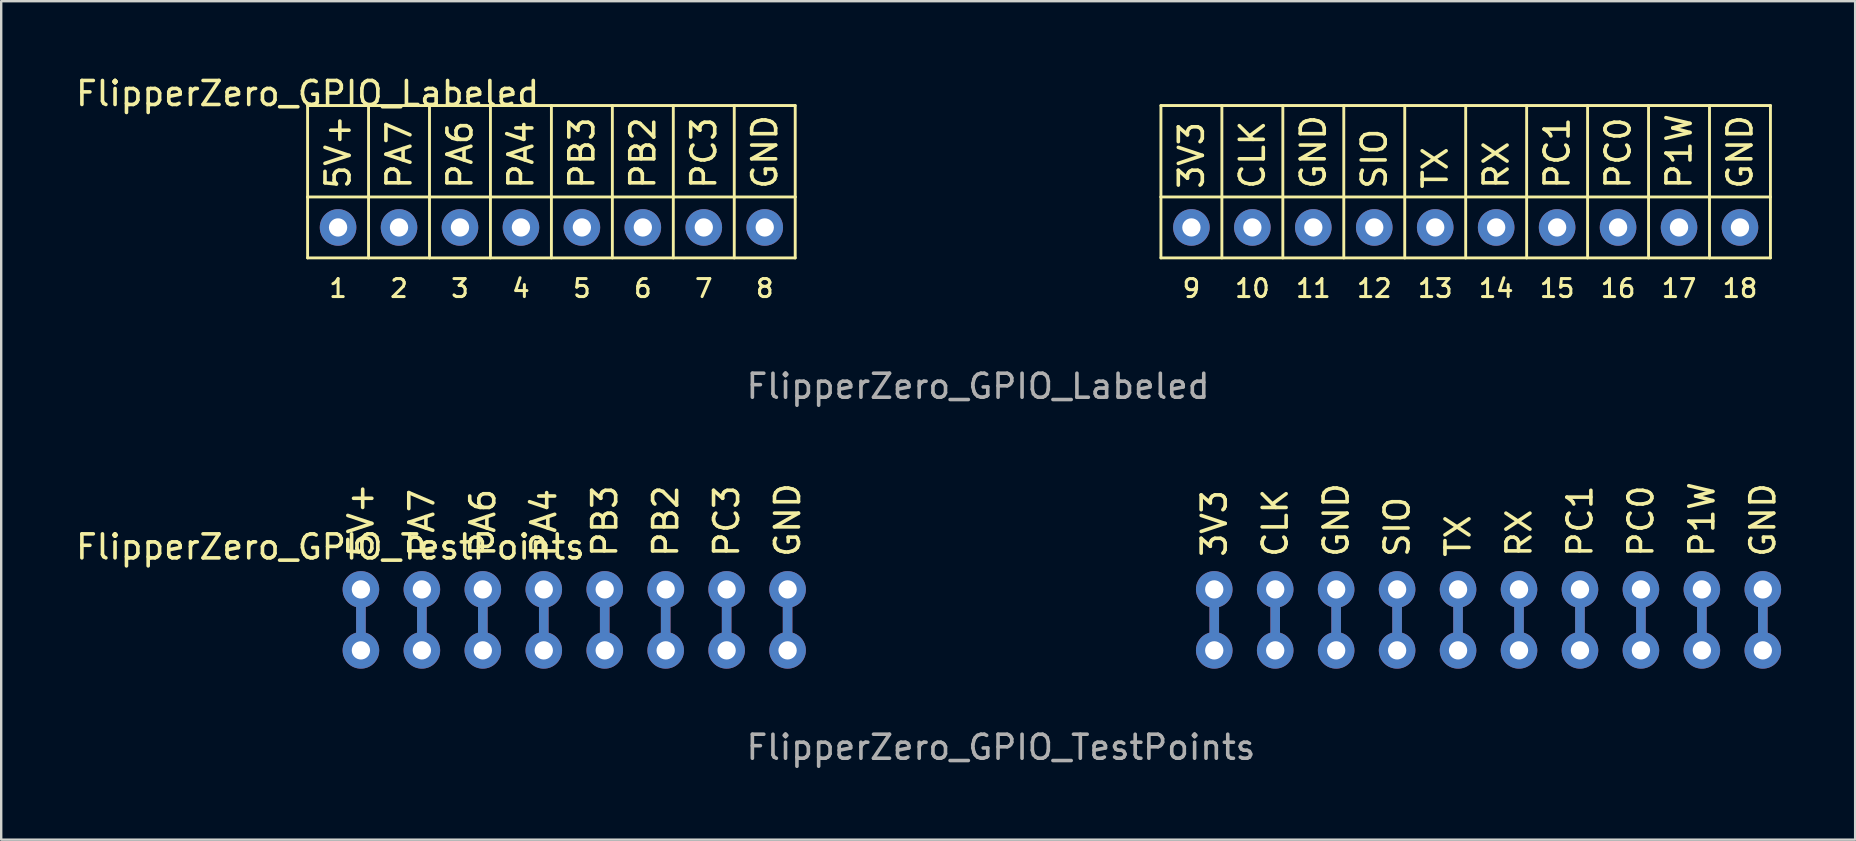
<source format=kicad_pcb>
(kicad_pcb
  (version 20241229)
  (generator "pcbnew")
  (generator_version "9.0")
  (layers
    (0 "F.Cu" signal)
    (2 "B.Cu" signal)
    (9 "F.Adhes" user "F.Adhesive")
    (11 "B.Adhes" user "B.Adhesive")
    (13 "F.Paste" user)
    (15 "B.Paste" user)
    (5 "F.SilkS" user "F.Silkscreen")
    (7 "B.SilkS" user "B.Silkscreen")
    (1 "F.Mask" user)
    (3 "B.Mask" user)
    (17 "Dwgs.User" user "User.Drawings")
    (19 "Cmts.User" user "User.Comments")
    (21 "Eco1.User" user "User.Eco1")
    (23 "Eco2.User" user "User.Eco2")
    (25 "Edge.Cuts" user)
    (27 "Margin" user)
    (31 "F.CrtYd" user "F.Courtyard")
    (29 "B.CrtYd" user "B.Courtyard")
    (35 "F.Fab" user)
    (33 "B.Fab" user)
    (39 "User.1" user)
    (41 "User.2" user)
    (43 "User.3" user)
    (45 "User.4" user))
  (footprint "FlipperZero_GPIO_Labeled"
    (layer "F.Cu")
    (at 9.768 1.348)
    (property "Reference" "FlipperZero_GPIO_Labeled" (at 0 -0.5 0) (unlocked yes) (layer "F.SilkS") (effects (font (size 1 1) (thickness 0.15))))
    (attr through_hole)
    (fp_line (start 0 0) (end 20.32 0) (stroke (width 0.12) (type solid)) (layer "F.SilkS"))
    (fp_line (start 0 3.81) (end 0 0) (stroke (width 0.12) (type solid)) (layer "F.SilkS"))
    (fp_line (start 0 3.81) (end 20.32 3.81) (stroke (width 0.12) (type solid)) (layer "F.SilkS"))
    (fp_line (start 0 6.35) (end 0 3.81) (stroke (width 0.12) (type solid)) (layer "F.SilkS"))
    (fp_line (start 2.54 3.81) (end 2.54 0) (stroke (width 0.12) (type solid)) (layer "F.SilkS"))
    (fp_line (start 2.54 3.81) (end 2.54 6.35) (stroke (width 0.12) (type solid)) (layer "F.SilkS"))
    (fp_line (start 5.08 0) (end 5.08 3.81) (stroke (width 0.12) (type solid)) (layer "F.SilkS"))
    (fp_line (start 5.08 3.81) (end 5.08 6.35) (stroke (width 0.12) (type solid)) (layer "F.SilkS"))
    (fp_line (start 7.62 0) (end 7.62 3.81) (stroke (width 0.12) (type solid)) (layer "F.SilkS"))
    (fp_line (start 7.62 3.81) (end 7.62 6.35) (stroke (width 0.12) (type solid)) (layer "F.SilkS"))
    (fp_line (start 10.16 0) (end 10.16 3.81) (stroke (width 0.12) (type solid)) (layer "F.SilkS"))
    (fp_line (start 10.16 3.81) (end 10.16 6.35) (stroke (width 0.12) (type solid)) (layer "F.SilkS"))
    (fp_line (start 12.7 0) (end 12.7 3.81) (stroke (width 0.12) (type solid)) (layer "F.SilkS"))
    (fp_line (start 12.7 3.81) (end 12.7 6.35) (stroke (width 0.12) (type solid)) (layer "F.SilkS"))
    (fp_line (start 15.24 0) (end 15.24 3.81) (stroke (width 0.12) (type solid)) (layer "F.SilkS"))
    (fp_line (start 15.24 3.81) (end 15.24 6.35) (stroke (width 0.12) (type solid)) (layer "F.SilkS"))
    (fp_line (start 17.78 0) (end 17.78 3.81) (stroke (width 0.12) (type solid)) (layer "F.SilkS"))
    (fp_line (start 17.78 3.81) (end 17.78 6.35) (stroke (width 0.12) (type solid)) (layer "F.SilkS"))
    (fp_line (start 20.32 0) (end 20.32 3.81) (stroke (width 0.12) (type solid)) (layer "F.SilkS"))
    (fp_line (start 20.32 3.81) (end 20.32 6.35) (stroke (width 0.12) (type solid)) (layer "F.SilkS"))
    (fp_line (start 20.32 6.35) (end 0 6.35) (stroke (width 0.12) (type solid)) (layer "F.SilkS"))
    (fp_line (start 35.56 0) (end 60.96 0) (stroke (width 0.12) (type solid)) (layer "F.SilkS"))
    (fp_line (start 35.56 3.81) (end 35.56 0) (stroke (width 0.12) (type solid)) (layer "F.SilkS"))
    (fp_line (start 35.56 3.81) (end 35.56 6.35) (stroke (width 0.12) (type solid)) (layer "F.SilkS"))
    (fp_line (start 35.56 6.35) (end 60.96 6.35) (stroke (width 0.12) (type solid)) (layer "F.SilkS"))
    (fp_line (start 38.1 0) (end 38.1 3.81) (stroke (width 0.12) (type solid)) (layer "F.SilkS"))
    (fp_line (start 38.1 3.81) (end 38.1 6.35) (stroke (width 0.12) (type solid)) (layer "F.SilkS"))
    (fp_line (start 40.64 0) (end 40.64 3.81) (stroke (width 0.12) (type solid)) (layer "F.SilkS"))
    (fp_line (start 40.64 3.81) (end 40.64 6.35) (stroke (width 0.12) (type solid)) (layer "F.SilkS"))
    (fp_line (start 43.18 0) (end 43.18 3.81) (stroke (width 0.12) (type solid)) (layer "F.SilkS"))
    (fp_line (start 43.18 3.81) (end 43.18 6.35) (stroke (width 0.12) (type solid)) (layer "F.SilkS"))
    (fp_line (start 45.72 0) (end 45.72 3.81) (stroke (width 0.12) (type solid)) (layer "F.SilkS"))
    (fp_line (start 45.72 3.81) (end 45.72 6.35) (stroke (width 0.12) (type solid)) (layer "F.SilkS"))
    (fp_line (start 48.26 0) (end 48.26 3.81) (stroke (width 0.12) (type solid)) (layer "F.SilkS"))
    (fp_line (start 48.26 3.81) (end 48.26 6.35) (stroke (width 0.12) (type solid)) (layer "F.SilkS"))
    (fp_line (start 50.8 0) (end 50.8 3.81) (stroke (width 0.12) (type solid)) (layer "F.SilkS"))
    (fp_line (start 50.8 3.81) (end 50.8 6.35) (stroke (width 0.12) (type solid)) (layer "F.SilkS"))
    (fp_line (start 53.34 0) (end 53.34 3.81) (stroke (width 0.12) (type solid)) (layer "F.SilkS"))
    (fp_line (start 53.34 3.81) (end 53.34 6.35) (stroke (width 0.12) (type solid)) (layer "F.SilkS"))
    (fp_line (start 55.88 0) (end 55.88 3.81) (stroke (width 0.12) (type solid)) (layer "F.SilkS"))
    (fp_line (start 55.88 3.81) (end 55.88 6.35) (stroke (width 0.12) (type solid)) (layer "F.SilkS"))
    (fp_line (start 58.42 0) (end 58.42 3.81) (stroke (width 0.12) (type solid)) (layer "F.SilkS"))
    (fp_line (start 58.42 3.81) (end 58.42 6.35) (stroke (width 0.12) (type solid)) (layer "F.SilkS"))
    (fp_line (start 60.96 0) (end 60.96 3.81) (stroke (width 0.12) (type solid)) (layer "F.SilkS"))
    (fp_line (start 60.96 3.81) (end 35.56 3.81) (stroke (width 0.12) (type solid)) (layer "F.SilkS"))
    (fp_line (start 60.96 6.35) (end 60.96 3.81) (stroke (width 0.12) (type solid)) (layer "F.SilkS"))
    (fp_text user "GND" (at 59.69 3.556 90) (unlocked yes) (layer "F.SilkS") (effects (font (size 1 1) (thickness 0.15)) (justify left)))
    (fp_text user "5" (at 11.43 7.62 0) (unlocked yes) (layer "F.SilkS") (effects (font (size 0.75 0.75) (thickness 0.125))))
    (fp_text user "7" (at 16.51 7.62 0) (unlocked yes) (layer "F.SilkS") (effects (font (size 0.75 0.75) (thickness 0.125))))
    (fp_text user "PC3" (at 16.51 3.556 90) (unlocked yes) (layer "F.SilkS") (effects (font (size 1 1) (thickness 0.15)) (justify left)))
    (fp_text user "18" (at 59.69 7.62 0) (unlocked yes) (layer "F.SilkS") (effects (font (size 0.75 0.75) (thickness 0.125))))
    (fp_text user "PA6" (at 6.35 3.556 90) (unlocked yes) (layer "F.SilkS") (effects (font (size 1 1) (thickness 0.15)) (justify left)))
    (fp_text user "TX" (at 46.99 3.556 90) (unlocked yes) (layer "F.SilkS") (effects (font (size 1 1) (thickness 0.15)) (justify left)))
    (fp_text user "PC0" (at 54.61 3.556 90) (unlocked yes) (layer "F.SilkS") (effects (font (size 1 1) (thickness 0.15)) (justify left)))
    (fp_text user "9" (at 36.83 7.62 0) (unlocked yes) (layer "F.SilkS") (effects (font (size 0.75 0.75) (thickness 0.125))))
    (fp_text user "CLK" (at 39.37 3.556 90) (unlocked yes) (layer "F.SilkS") (effects (font (size 1 1) (thickness 0.15)) (justify left)))
    (fp_text user "SIO" (at 44.45 3.556 90) (unlocked yes) (layer "F.SilkS") (effects (font (size 1 1) (thickness 0.15)) (justify left)))
    (fp_text user "1" (at 1.27 7.62 0) (unlocked yes) (layer "F.SilkS") (effects (font (size 0.75 0.75) (thickness 0.125))))
    (fp_text user "4" (at 8.89 7.62 0) (unlocked yes) (layer "F.SilkS") (effects (font (size 0.75 0.75) (thickness 0.125))))
    (fp_text user "GND" (at 41.91 3.556 90) (unlocked yes) (layer "F.SilkS") (effects (font (size 1 1) (thickness 0.15)) (justify left)))
    (fp_text user "8" (at 19.05 7.62 0) (unlocked yes) (layer "F.SilkS") (effects (font (size 0.75 0.75) (thickness 0.125))))
    (fp_text user "P1W" (at 57.15 3.556 90) (unlocked yes) (layer "F.SilkS") (effects (font (size 1 1) (thickness 0.15)) (justify left)))
    (fp_text user "6" (at 13.97 7.62 0) (unlocked yes) (layer "F.SilkS") (effects (font (size 0.75 0.75) (thickness 0.125))))
    (fp_text user "15" (at 52.07 7.62 0) (unlocked yes) (layer "F.SilkS") (effects (font (size 0.75 0.75) (thickness 0.125))))
    (fp_text user "GND" (at 19.05 3.556 90) (unlocked yes) (layer "F.SilkS") (effects (font (size 1 1) (thickness 0.15)) (justify left)))
    (fp_text user "10" (at 39.37 7.62 0) (unlocked yes) (layer "F.SilkS") (effects (font (size 0.75 0.75) (thickness 0.125))))
    (fp_text user "PB3" (at 11.43 3.556 90) (unlocked yes) (layer "F.SilkS") (effects (font (size 1 1) (thickness 0.15)) (justify left)))
    (fp_text user "17" (at 57.15 7.62 0) (unlocked yes) (layer "F.SilkS") (effects (font (size 0.75 0.75) (thickness 0.125))))
    (fp_text user "13" (at 46.99 7.62 0) (unlocked yes) (layer "F.SilkS") (effects (font (size 0.75 0.75) (thickness 0.125))))
    (fp_text user "3" (at 6.35 7.62 0) (unlocked yes) (layer "F.SilkS") (effects (font (size 0.75 0.75) (thickness 0.125))))
    (fp_text user "5V+" (at 1.27 3.556 90) (unlocked yes) (layer "F.SilkS") (effects (font (size 1 1) (thickness 0.15)) (justify left)))
    (fp_text user "PA7" (at 3.81 3.556 90) (unlocked yes) (layer "F.SilkS") (effects (font (size 1 1) (thickness 0.15)) (justify left)))
    (fp_text user "14" (at 49.53 7.62 0) (unlocked yes) (layer "F.SilkS") (effects (font (size 0.75 0.75) (thickness 0.125))))
    (fp_text user "2" (at 3.81 7.62 0) (unlocked yes) (layer "F.SilkS") (effects (font (size 0.75 0.75) (thickness 0.125))))
    (fp_text user "PB2" (at 13.97 3.556 90) (unlocked yes) (layer "F.SilkS") (effects (font (size 1 1) (thickness 0.15)) (justify left)))
    (fp_text user "3V3" (at 36.83 3.556 90) (unlocked yes) (layer "F.SilkS") (effects (font (size 1 1) (thickness 0.15)) (justify left)))
    (fp_text user "RX" (at 49.53 3.556 90) (unlocked yes) (layer "F.SilkS") (effects (font (size 1 1) (thickness 0.15)) (justify left)))
    (fp_text user "16" (at 54.61 7.62 0) (unlocked yes) (layer "F.SilkS") (effects (font (size 0.75 0.75) (thickness 0.125))))
    (fp_text user "PC1" (at 52.07 3.556 90) (unlocked yes) (layer "F.SilkS") (effects (font (size 1 1) (thickness 0.15)) (justify left)))
    (fp_text user "12" (at 44.45 7.62 0) (unlocked yes) (layer "F.SilkS") (effects (font (size 0.75 0.75) (thickness 0.125))))
    (fp_text user "11" (at 41.91 7.62 0) (unlocked yes) (layer "F.SilkS") (effects (font (size 0.75 0.75) (thickness 0.125))))
    (fp_text user "PA4" (at 8.89 3.556 90) (unlocked yes) (layer "F.SilkS") (effects (font (size 1 1) (thickness 0.15)) (justify left)))
    (fp_text user "${REFERENCE}" (at 27.94 11.7 0) (unlocked yes) (layer "F.Fab") (effects (font (size 1 1) (thickness 0.15))))
    (pad "1" thru_hole circle (at 1.27 5.08) (size 1.524 1.524) (drill 0.762) (layers "*.Cu" "*.Mask"))
    (pad "2" thru_hole circle (at 3.81 5.08) (size 1.524 1.524) (drill 0.762) (layers "*.Cu" "*.Mask"))
    (pad "3" thru_hole circle (at 6.35 5.08) (size 1.524 1.524) (drill 0.762) (layers "*.Cu" "*.Mask"))
    (pad "4" thru_hole circle (at 8.89 5.08) (size 1.524 1.524) (drill 0.762) (layers "*.Cu" "*.Mask"))
    (pad "5" thru_hole circle (at 11.43 5.08) (size 1.524 1.524) (drill 0.762) (layers "*.Cu" "*.Mask"))
    (pad "6" thru_hole circle (at 13.97 5.08) (size 1.524 1.524) (drill 0.762) (layers "*.Cu" "*.Mask"))
    (pad "7" thru_hole circle (at 16.51 5.08) (size 1.524 1.524) (drill 0.762) (layers "*.Cu" "*.Mask"))
    (pad "8" thru_hole circle (at 19.05 5.08) (size 1.524 1.524) (drill 0.762) (layers "*.Cu" "*.Mask"))
    (pad "9" thru_hole circle (at 36.83 5.08) (size 1.524 1.524) (drill 0.762) (layers "*.Cu" "*.Mask"))
    (pad "10" thru_hole circle (at 39.37 5.08) (size 1.524 1.524) (drill 0.762) (layers "*.Cu" "*.Mask"))
    (pad "11" thru_hole circle (at 41.91 5.08) (size 1.524 1.524) (drill 0.762) (layers "*.Cu" "*.Mask"))
    (pad "12" thru_hole circle (at 44.45 5.08) (size 1.524 1.524) (drill 0.762) (layers "*.Cu" "*.Mask"))
    (pad "13" thru_hole circle (at 46.99 5.08) (size 1.524 1.524) (drill 0.762) (layers "*.Cu" "*.Mask"))
    (pad "14" thru_hole circle (at 49.53 5.08) (size 1.524 1.524) (drill 0.762) (layers "*.Cu" "*.Mask"))
    (pad "15" thru_hole circle (at 52.07 5.08) (size 1.524 1.524) (drill 0.762) (layers "*.Cu" "*.Mask"))
    (pad "16" thru_hole circle (at 54.61 5.08) (size 1.524 1.524) (drill 0.762) (layers "*.Cu" "*.Mask"))
    (pad "17" thru_hole circle (at 57.15 5.08) (size 1.524 1.524) (drill 0.762) (layers "*.Cu" "*.Mask"))
    (pad "18" thru_hole circle (at 59.69 5.08) (size 1.524 1.524) (drill 0.762) (layers "*.Cu" "*.Mask")))
  (footprint "FlipperZero_GPIO_TestPoints"
    (layer "F.Cu")
    (at 10.72 20.242)
    (property "Reference" "FlipperZero_GPIO_TestPoints" (at 0 -0.5 0) (unlocked yes) (layer "F.SilkS") (effects (font (size 1 1) (thickness 0.15))))
    (attr through_hole)
    (fp_line (start 1.27 1.27) (end 1.27 3.81) (stroke (width 0.4) (type solid)) (layer "F.Cu"))
    (fp_line (start 1.27 3.81) (end 1.27 3.81) (stroke (width 0.4) (type solid)) (layer "F.Cu"))
    (fp_line (start 3.81 1.27) (end 3.81 3.81) (stroke (width 0.4) (type solid)) (layer "F.Cu"))
    (fp_line (start 6.35 1.27) (end 6.35 3.81) (stroke (width 0.4) (type solid)) (layer "F.Cu"))
    (fp_line (start 8.89 1.27) (end 8.89 3.81) (stroke (width 0.4) (type solid)) (layer "F.Cu"))
    (fp_line (start 11.43 1.27) (end 11.43 3.81) (stroke (width 0.4) (type solid)) (layer "F.Cu"))
    (fp_line (start 13.97 1.27) (end 13.97 3.81) (stroke (width 0.4) (type solid)) (layer "F.Cu"))
    (fp_line (start 16.51 1.27) (end 16.51 3.81) (stroke (width 0.4) (type solid)) (layer "F.Cu"))
    (fp_line (start 19.05 1.27) (end 19.05 3.81) (stroke (width 0.4) (type solid)) (layer "F.Cu"))
    (fp_line (start 36.83 1.27) (end 36.83 3.81) (stroke (width 0.4) (type solid)) (layer "F.Cu"))
    (fp_line (start 39.37 1.27) (end 39.37 3.81) (stroke (width 0.4) (type solid)) (layer "F.Cu"))
    (fp_line (start 41.91 1.27) (end 41.91 3.81) (stroke (width 0.4) (type solid)) (layer "F.Cu"))
    (fp_line (start 44.45 1.27) (end 44.45 3.81) (stroke (width 0.4) (type solid)) (layer "F.Cu"))
    (fp_line (start 46.99 1.27) (end 46.99 3.81) (stroke (width 0.4) (type solid)) (layer "F.Cu"))
    (fp_line (start 49.53 1.27) (end 49.53 3.81) (stroke (width 0.4) (type solid)) (layer "F.Cu"))
    (fp_line (start 52.07 1.27) (end 52.07 3.81) (stroke (width 0.4) (type solid)) (layer "F.Cu"))
    (fp_line (start 54.61 1.27) (end 54.61 3.81) (stroke (width 0.4) (type solid)) (layer "F.Cu"))
    (fp_line (start 57.15 1.27) (end 57.15 3.81) (stroke (width 0.4) (type solid)) (layer "F.Cu"))
    (fp_line (start 59.69 1.27) (end 59.69 3.81) (stroke (width 0.4) (type solid)) (layer "F.Cu"))
    (fp_line (start 1.27 1.27) (end 1.27 3.81) (stroke (width 0.4) (type solid)) (layer "B.Cu"))
    (fp_line (start 3.81 1.27) (end 3.81 3.81) (stroke (width 0.4) (type solid)) (layer "B.Cu"))
    (fp_line (start 6.35 1.27) (end 6.35 3.81) (stroke (width 0.4) (type solid)) (layer "B.Cu"))
    (fp_line (start 8.89 1.27) (end 8.89 3.81) (stroke (width 0.4) (type solid)) (layer "B.Cu"))
    (fp_line (start 11.43 1.27) (end 11.43 3.81) (stroke (width 0.4) (type solid)) (layer "B.Cu"))
    (fp_line (start 13.97 1.27) (end 13.97 3.81) (stroke (width 0.4) (type solid)) (layer "B.Cu"))
    (fp_line (start 16.51 1.27) (end 16.51 3.81) (stroke (width 0.4) (type solid)) (layer "B.Cu"))
    (fp_line (start 19.05 1.27) (end 19.05 3.81) (stroke (width 0.4) (type solid)) (layer "B.Cu"))
    (fp_line (start 36.83 1.27) (end 36.83 3.81) (stroke (width 0.4) (type solid)) (layer "B.Cu"))
    (fp_line (start 39.37 1.27) (end 39.37 3.81) (stroke (width 0.4) (type solid)) (layer "B.Cu"))
    (fp_line (start 41.91 1.27) (end 41.91 3.81) (stroke (width 0.4) (type solid)) (layer "B.Cu"))
    (fp_line (start 44.45 1.27) (end 44.45 3.81) (stroke (width 0.4) (type solid)) (layer "B.Cu"))
    (fp_line (start 46.99 1.27) (end 46.99 3.81) (stroke (width 0.4) (type solid)) (layer "B.Cu"))
    (fp_line (start 49.53 1.27) (end 49.53 3.81) (stroke (width 0.4) (type solid)) (layer "B.Cu"))
    (fp_line (start 52.07 1.27) (end 52.07 3.81) (stroke (width 0.4) (type solid)) (layer "B.Cu"))
    (fp_line (start 54.61 1.27) (end 54.61 3.81) (stroke (width 0.4) (type solid)) (layer "B.Cu"))
    (fp_line (start 57.15 1.27) (end 57.15 3.81) (stroke (width 0.4) (type solid)) (layer "B.Cu"))
    (fp_line (start 59.69 1.27) (end 59.69 3.81) (stroke (width 0.4) (type solid)) (layer "B.Cu"))
    (fp_text user "PA4" (at 8.89 0 90) (unlocked yes) (layer "F.SilkS") (effects (font (size 1 1) (thickness 0.15)) (justify left)))
    (fp_text user "SIO" (at 44.45 0 90) (unlocked yes) (layer "F.SilkS") (effects (font (size 1 1) (thickness 0.15)) (justify left)))
    (fp_text user "PB3" (at 11.43 0 90) (unlocked yes) (layer "F.SilkS") (effects (font (size 1 1) (thickness 0.15)) (justify left)))
    (fp_text user "3V3" (at 36.83 0 90) (unlocked yes) (layer "F.SilkS") (effects (font (size 1 1) (thickness 0.15)) (justify left)))
    (fp_text user "PC1" (at 52.07 0 90) (unlocked yes) (layer "F.SilkS") (effects (font (size 1 1) (thickness 0.15)) (justify left)))
    (fp_text user "PA7" (at 3.81 0 90) (unlocked yes) (layer "F.SilkS") (effects (font (size 1 1) (thickness 0.15)) (justify left)))
    (fp_text user "P1W" (at 57.15 0 90) (unlocked yes) (layer "F.SilkS") (effects (font (size 1 1) (thickness 0.15)) (justify left)))
    (fp_text user "PC0" (at 54.61 0 90) (unlocked yes) (layer "F.SilkS") (effects (font (size 1 1) (thickness 0.15)) (justify left)))
    (fp_text user "CLK" (at 39.37 0 90) (unlocked yes) (layer "F.SilkS") (effects (font (size 1 1) (thickness 0.15)) (justify left)))
    (fp_text user "PB2" (at 13.97 0 90) (unlocked yes) (layer "F.SilkS") (effects (font (size 1 1) (thickness 0.15)) (justify left)))
    (fp_text user "GND" (at 59.69 0 90) (unlocked yes) (layer "F.SilkS") (effects (font (size 1 1) (thickness 0.15)) (justify left)))
    (fp_text user "TX" (at 46.99 0 90) (unlocked yes) (layer "F.SilkS") (effects (font (size 1 1) (thickness 0.15)) (justify left)))
    (fp_text user "RX" (at 49.53 0 90) (unlocked yes) (layer "F.SilkS") (effects (font (size 1 1) (thickness 0.15)) (justify left)))
    (fp_text user "GND" (at 19.05 0 90) (unlocked yes) (layer "F.SilkS") (effects (font (size 1 1) (thickness 0.15)) (justify left)))
    (fp_text user "5V+" (at 1.27 0 90) (unlocked yes) (layer "F.SilkS") (effects (font (size 1 1) (thickness 0.15)) (justify left)))
    (fp_text user "GND" (at 41.91 0 90) (unlocked yes) (layer "F.SilkS") (effects (font (size 1 1) (thickness 0.15)) (justify left)))
    (fp_text user "PA6" (at 6.35 0 90) (unlocked yes) (layer "F.SilkS") (effects (font (size 1 1) (thickness 0.15)) (justify left)))
    (fp_text user "PC3" (at 16.51 0 90) (unlocked yes) (layer "F.SilkS") (effects (font (size 1 1) (thickness 0.15)) (justify left)))
    (fp_text user "${REFERENCE}" (at 27.94 7.85 0) (unlocked yes) (layer "F.Fab") (effects (font (size 1 1) (thickness 0.15))))
    (pad "1" thru_hole circle (at 1.27 1.27) (size 1.524 1.524) (drill 0.762) (layers "*.Cu" "*.Mask"))
    (pad "1" thru_hole circle (at 1.27 3.81) (size 1.524 1.524) (drill 0.762) (layers "*.Cu" "*.Mask"))
    (pad "2" thru_hole circle (at 3.81 1.27) (size 1.524 1.524) (drill 0.762) (layers "*.Cu" "*.Mask"))
    (pad "2" thru_hole circle (at 3.81 3.81) (size 1.524 1.524) (drill 0.762) (layers "*.Cu" "*.Mask"))
    (pad "3" thru_hole circle (at 6.35 1.27) (size 1.524 1.524) (drill 0.762) (layers "*.Cu" "*.Mask"))
    (pad "3" thru_hole circle (at 6.35 3.81) (size 1.524 1.524) (drill 0.762) (layers "*.Cu" "*.Mask"))
    (pad "4" thru_hole circle (at 8.89 1.27) (size 1.524 1.524) (drill 0.762) (layers "*.Cu" "*.Mask"))
    (pad "4" thru_hole circle (at 8.89 3.81) (size 1.524 1.524) (drill 0.762) (layers "*.Cu" "*.Mask"))
    (pad "5" thru_hole circle (at 11.43 1.27) (size 1.524 1.524) (drill 0.762) (layers "*.Cu" "*.Mask"))
    (pad "5" thru_hole circle (at 11.43 3.81) (size 1.524 1.524) (drill 0.762) (layers "*.Cu" "*.Mask"))
    (pad "6" thru_hole circle (at 13.97 1.27) (size 1.524 1.524) (drill 0.762) (layers "*.Cu" "*.Mask"))
    (pad "6" thru_hole circle (at 13.97 3.81) (size 1.524 1.524) (drill 0.762) (layers "*.Cu" "*.Mask"))
    (pad "7" thru_hole circle (at 16.51 1.27) (size 1.524 1.524) (drill 0.762) (layers "*.Cu" "*.Mask"))
    (pad "7" thru_hole circle (at 16.51 3.81) (size 1.524 1.524) (drill 0.762) (layers "*.Cu" "*.Mask"))
    (pad "8" thru_hole circle (at 19.05 1.27) (size 1.524 1.524) (drill 0.762) (layers "*.Cu" "*.Mask"))
    (pad "8" thru_hole circle (at 19.05 3.81) (size 1.524 1.524) (drill 0.762) (layers "*.Cu" "*.Mask"))
    (pad "9" thru_hole circle (at 36.83 1.27) (size 1.524 1.524) (drill 0.762) (layers "*.Cu" "*.Mask"))
    (pad "9" thru_hole circle (at 36.83 3.81) (size 1.524 1.524) (drill 0.762) (layers "*.Cu" "*.Mask"))
    (pad "10" thru_hole circle (at 39.37 1.27) (size 1.524 1.524) (drill 0.762) (layers "*.Cu" "*.Mask"))
    (pad "10" thru_hole circle (at 39.37 3.81) (size 1.524 1.524) (drill 0.762) (layers "*.Cu" "*.Mask"))
    (pad "11" thru_hole circle (at 41.91 1.27) (size 1.524 1.524) (drill 0.762) (layers "*.Cu" "*.Mask"))
    (pad "11" thru_hole circle (at 41.91 3.81) (size 1.524 1.524) (drill 0.762) (layers "*.Cu" "*.Mask"))
    (pad "12" thru_hole circle (at 44.45 1.27) (size 1.524 1.524) (drill 0.762) (layers "*.Cu" "*.Mask"))
    (pad "12" thru_hole circle (at 44.45 3.81) (size 1.524 1.524) (drill 0.762) (layers "*.Cu" "*.Mask"))
    (pad "13" thru_hole circle (at 46.99 1.27) (size 1.524 1.524) (drill 0.762) (layers "*.Cu" "*.Mask"))
    (pad "13" thru_hole circle (at 46.99 3.81) (size 1.524 1.524) (drill 0.762) (layers "*.Cu" "*.Mask"))
    (pad "14" thru_hole circle (at 49.53 1.27) (size 1.524 1.524) (drill 0.762) (layers "*.Cu" "*.Mask"))
    (pad "14" thru_hole circle (at 49.53 3.81) (size 1.524 1.524) (drill 0.762) (layers "*.Cu" "*.Mask"))
    (pad "15" thru_hole circle (at 52.07 1.27) (size 1.524 1.524) (drill 0.762) (layers "*.Cu" "*.Mask"))
    (pad "15" thru_hole circle (at 52.07 3.81) (size 1.524 1.524) (drill 0.762) (layers "*.Cu" "*.Mask"))
    (pad "16" thru_hole circle (at 54.61 1.27) (size 1.524 1.524) (drill 0.762) (layers "*.Cu" "*.Mask"))
    (pad "16" thru_hole circle (at 54.61 3.81) (size 1.524 1.524) (drill 0.762) (layers "*.Cu" "*.Mask"))
    (pad "17" thru_hole circle (at 57.15 1.27) (size 1.524 1.524) (drill 0.762) (layers "*.Cu" "*.Mask"))
    (pad "17" thru_hole circle (at 57.15 3.81) (size 1.524 1.524) (drill 0.762) (layers "*.Cu" "*.Mask"))
    (pad "18" thru_hole circle (at 59.69 1.27) (size 1.524 1.524) (drill 0.762) (layers "*.Cu" "*.Mask"))
    (pad "18" thru_hole circle (at 59.69 3.81) (size 1.524 1.524) (drill 0.762) (layers "*.Cu" "*.Mask")))
  (gr_rect
    (start -3 -3)
    (end 74.258 31.94)
    (stroke (width 0.1) (type default))
    (fill no)
    (layer "Edge.Cuts")))
</source>
